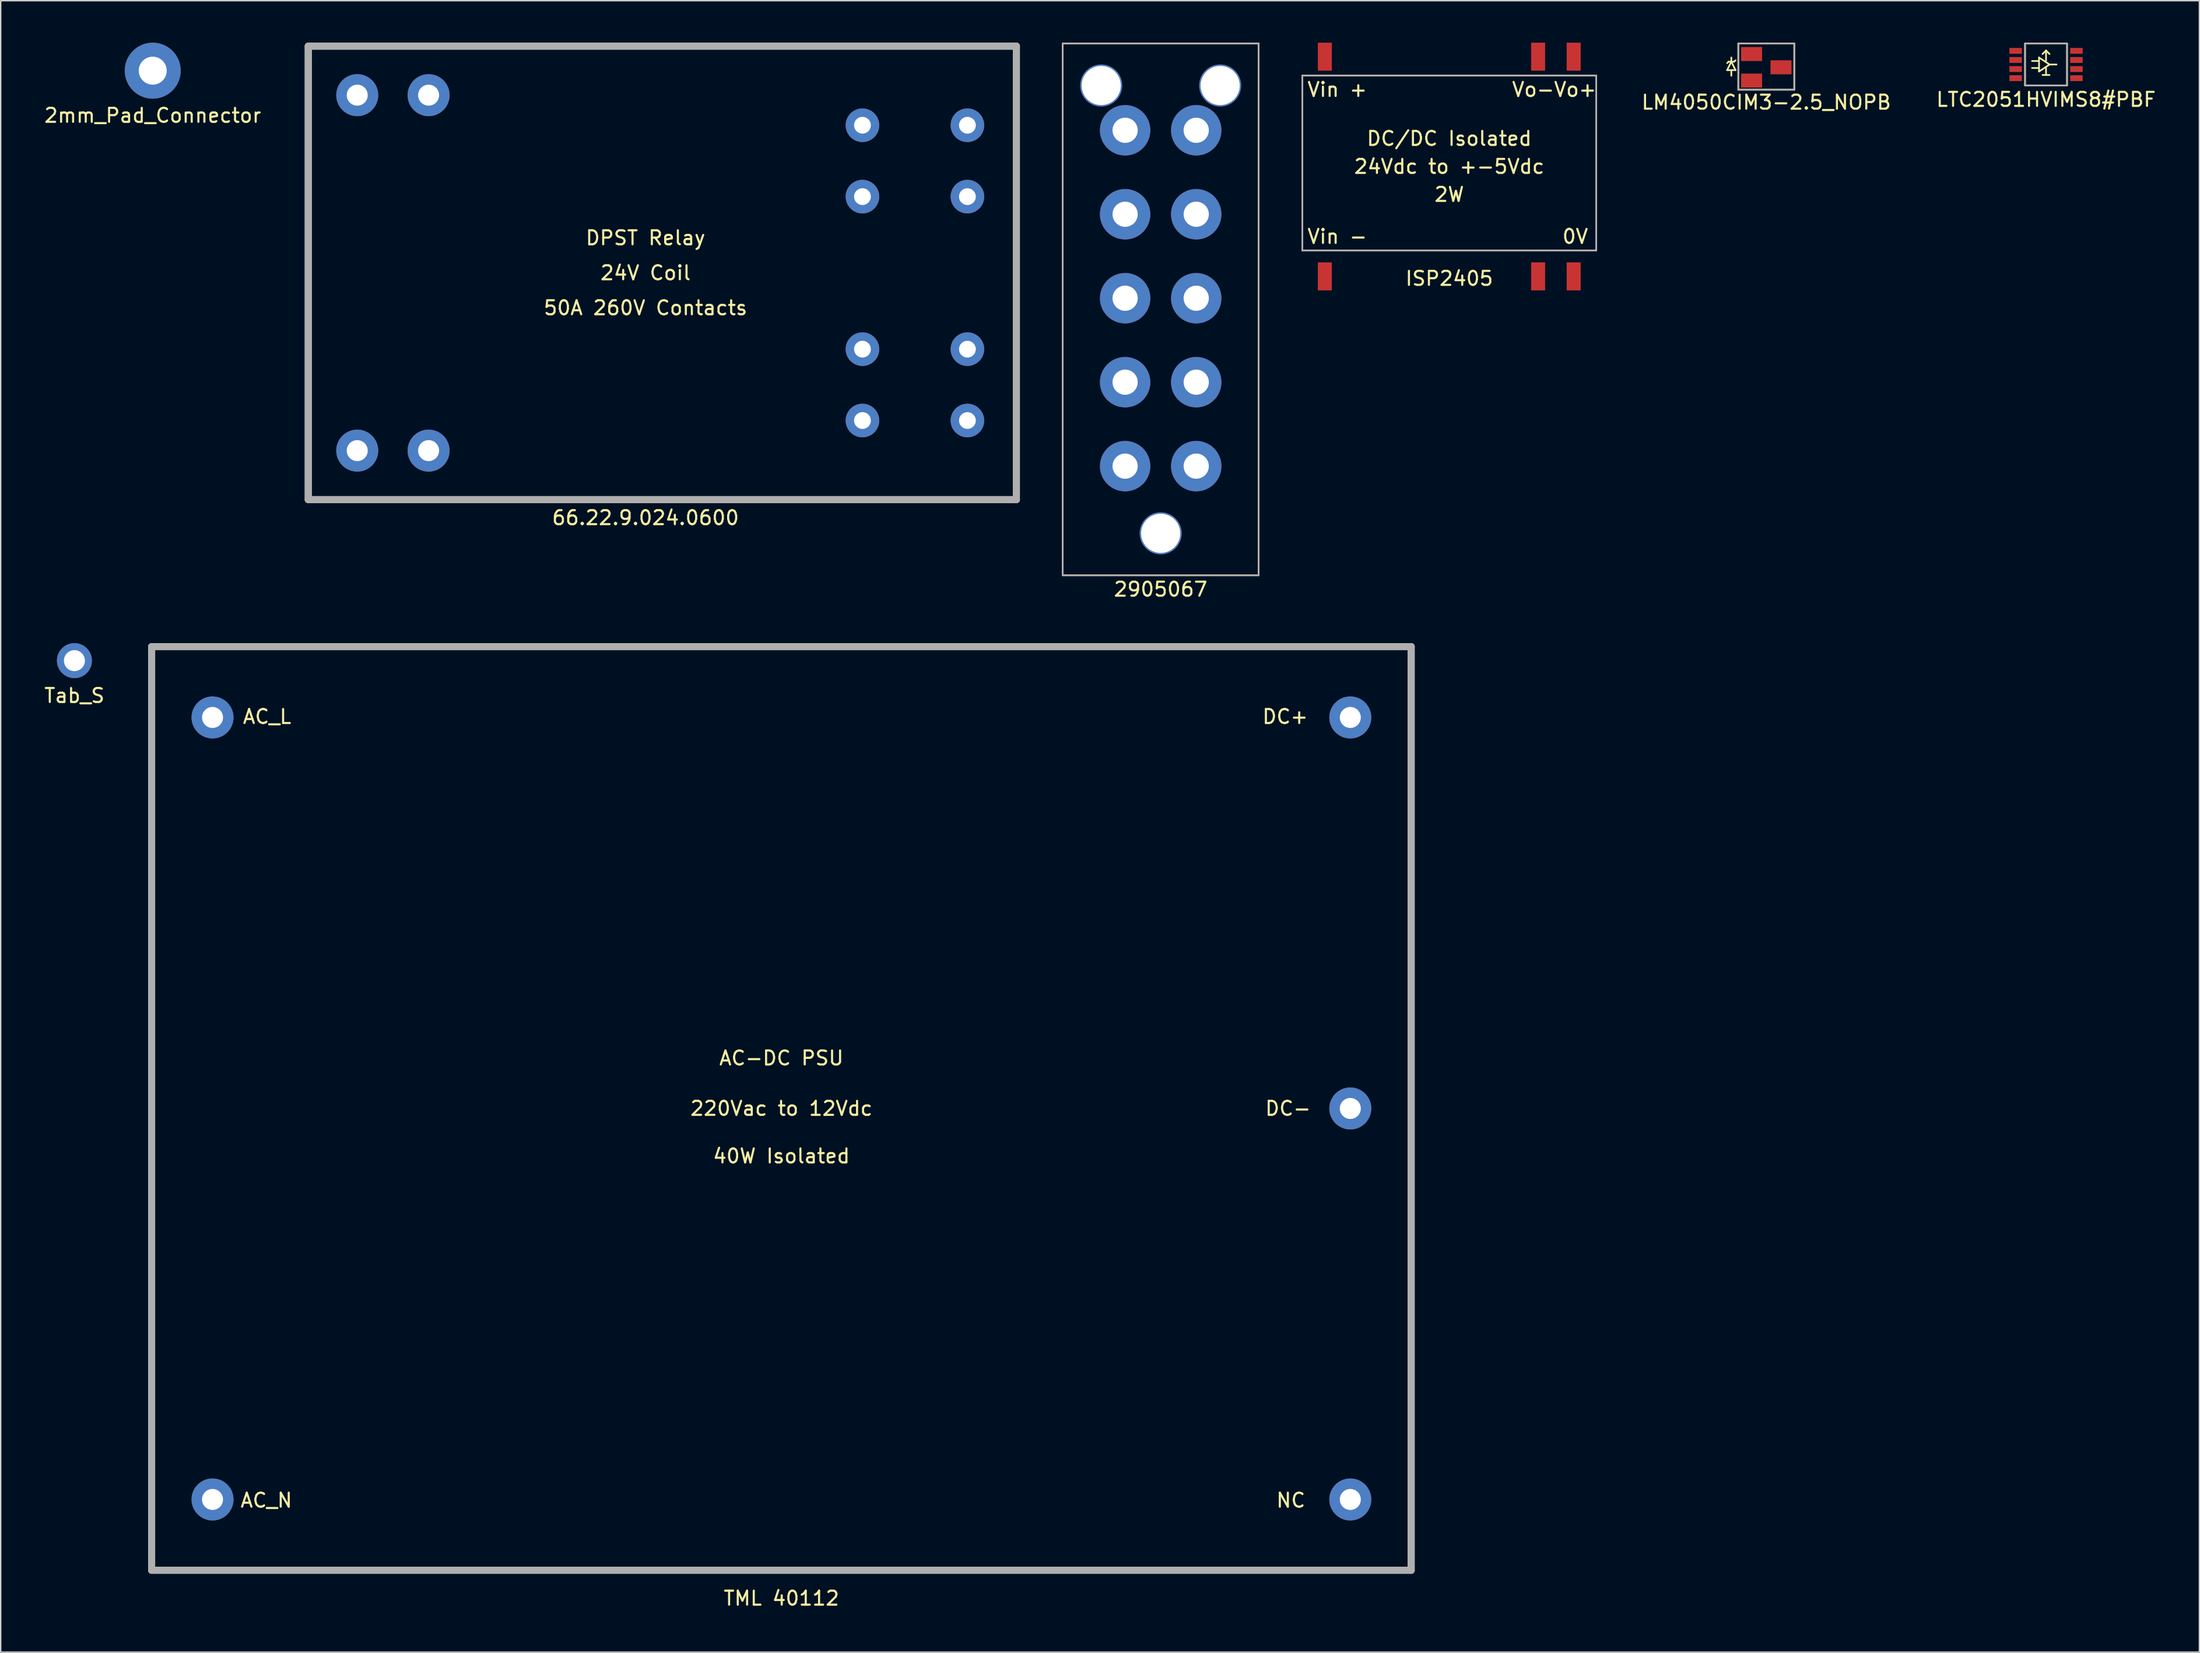
<source format=kicad_pcb>
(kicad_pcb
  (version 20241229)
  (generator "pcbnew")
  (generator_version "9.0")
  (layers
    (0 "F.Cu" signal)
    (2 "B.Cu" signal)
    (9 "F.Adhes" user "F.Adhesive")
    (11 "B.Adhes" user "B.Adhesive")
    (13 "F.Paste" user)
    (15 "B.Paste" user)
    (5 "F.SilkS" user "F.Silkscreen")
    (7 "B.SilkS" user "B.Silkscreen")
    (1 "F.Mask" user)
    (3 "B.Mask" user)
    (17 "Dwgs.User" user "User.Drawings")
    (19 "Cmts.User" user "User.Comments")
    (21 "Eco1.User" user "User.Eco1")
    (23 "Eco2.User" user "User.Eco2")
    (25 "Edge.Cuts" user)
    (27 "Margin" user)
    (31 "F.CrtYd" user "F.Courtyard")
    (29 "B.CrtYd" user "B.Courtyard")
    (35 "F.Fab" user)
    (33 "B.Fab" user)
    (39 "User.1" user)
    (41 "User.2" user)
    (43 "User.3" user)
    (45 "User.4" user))
  (footprint "2905067"
    (layer "F.Cu")
    (at 79.886 19.06)
    (property "Reference" "2905067" (at 0 20 0) (layer "F.SilkS") (effects (font (size 1 1) (thickness 0.15))))
    (attr through_hole)
    (fp_line (start -7 -19) (end 7 -19) (stroke (width 0.12) (type solid)) (layer "F.SilkS"))
    (fp_line (start -7 19) (end -7 -19) (stroke (width 0.12) (type solid)) (layer "F.SilkS"))
    (fp_line (start 7 -19) (end 7 19) (stroke (width 0.12) (type solid)) (layer "F.SilkS"))
    (fp_line (start 7 19) (end -7 19) (stroke (width 0.12) (type solid)) (layer "F.SilkS"))
    (fp_line (start -7 -19) (end 7 -19) (stroke (width 0.12) (type solid)) (layer "F.Fab"))
    (fp_line (start -7 19) (end -7 -19) (stroke (width 0.12) (type solid)) (layer "F.Fab"))
    (fp_line (start 7 -19) (end 7 19) (stroke (width 0.12) (type solid)) (layer "F.Fab"))
    (fp_line (start 7 19) (end -7 19) (stroke (width 0.12) (type solid)) (layer "F.Fab"))
    (pad "" thru_hole circle (at -4.25 -16) (size 3 3) (drill 2.8) (layers "*.Cu" "*.Mask"))
    (pad "" thru_hole circle (at 0 16) (size 3 3) (drill 2.8) (layers "*.Cu" "*.Mask"))
    (pad "" thru_hole circle (at 4.25 -16) (size 3 3) (drill 2.8) (layers "*.Cu" "*.Mask"))
    (pad "1" thru_hole circle (at -2.54 11.2) (size 3.6 3.6) (drill 1.8) (layers "*.Cu" "*.Mask"))
    (pad "1" thru_hole circle (at 2.54 11.2) (size 3.6 3.6) (drill 1.8) (layers "*.Cu" "*.Mask"))
    (pad "2" thru_hole circle (at -2.54 5.2) (size 3.6 3.6) (drill 1.8) (layers "*.Cu" "*.Mask"))
    (pad "2" thru_hole circle (at 2.54 5.2) (size 3.6 3.6) (drill 1.8) (layers "*.Cu" "*.Mask"))
    (pad "3" thru_hole circle (at -2.54 -0.8) (size 3.6 3.6) (drill 1.8) (layers "*.Cu" "*.Mask"))
    (pad "3" thru_hole circle (at 2.54 -0.8) (size 3.6 3.6) (drill 1.8) (layers "*.Cu" "*.Mask"))
    (pad "4" thru_hole circle (at -2.54 -6.8) (size 3.6 3.6) (drill 1.8) (layers "*.Cu" "*.Mask"))
    (pad "4" thru_hole circle (at 2.54 -6.8) (size 3.6 3.6) (drill 1.8) (layers "*.Cu" "*.Mask"))
    (pad "5" thru_hole circle (at -2.54 -12.8) (size 3.6 3.6) (drill 1.8) (layers "*.Cu" "*.Mask"))
    (pad "5" thru_hole circle (at 2.54 -12.8) (size 3.6 3.6) (drill 1.8) (layers "*.Cu" "*.Mask")))
  (footprint "66.22.9.024.0600"
    (layer "F.Cu")
    (at 43.076 16.45)
    (property "Reference" "66.22.9.024.0600" (at 0 17.5 0) (layer "F.SilkS") (effects (font (size 1 1) (thickness 0.15))))
    (attr through_hole)
    (fp_line (start -24.1 -16.2) (end -24.1 16.2) (stroke (width 0.5) (type solid)) (layer "F.SilkS"))
    (fp_line (start -24.1 -16.2) (end 26.5 -16.2) (stroke (width 0.5) (type solid)) (layer "F.SilkS"))
    (fp_line (start 26.5 -16.2) (end 26.5 16.2) (stroke (width 0.5) (type solid)) (layer "F.SilkS"))
    (fp_line (start 26.5 16.2) (end -24.1 16.2) (stroke (width 0.5) (type solid)) (layer "F.SilkS"))
    (fp_line (start -24.1 -16.2) (end -24.1 16.2) (stroke (width 0.5) (type solid)) (layer "F.Fab"))
    (fp_line (start -24.1 -16.2) (end 26.5 -16.2) (stroke (width 0.5) (type solid)) (layer "F.Fab"))
    (fp_line (start 26.5 -16.2) (end 26.5 16.2) (stroke (width 0.5) (type solid)) (layer "F.Fab"))
    (fp_line (start 26.5 16.2) (end -24.1 16.2) (stroke (width 0.5) (type solid)) (layer "F.Fab"))
    (fp_text user "50A 260V Contacts" (at 0 2.5 0) (layer "F.SilkS") (effects (font (size 1 1) (thickness 0.15))))
    (fp_text user "24V Coil" (at 0 0 0) (layer "F.SilkS") (effects (font (size 1 1) (thickness 0.15))))
    (fp_text user "DPST Relay" (at 0 -2.5 0) (layer "F.SilkS") (effects (font (size 1 1) (thickness 0.15))))
    (pad "1" thru_hole circle (at -20.6 -12.7) (size 3 3) (drill 1.5) (layers "*.Cu" "*.Mask"))
    (pad "1" thru_hole circle (at -15.5 -12.7) (size 3 3) (drill 1.5) (layers "*.Cu" "*.Mask"))
    (pad "2" thru_hole circle (at -20.6 12.7) (size 3 3) (drill 1.5) (layers "*.Cu" "*.Mask"))
    (pad "2" thru_hole circle (at -15.5 12.7) (size 3 3) (drill 1.5) (layers "*.Cu" "*.Mask"))
    (pad "3" thru_hole circle (at 15.5 5.45) (size 2.4 2.4) (drill 1.2) (layers "*.Cu" "*.Mask"))
    (pad "3" thru_hole circle (at 15.5 10.55) (size 2.4 2.4) (drill 1.2) (layers "*.Cu" "*.Mask"))
    (pad "4" thru_hole circle (at 23 5.45) (size 2.4 2.4) (drill 1.2) (layers "*.Cu" "*.Mask"))
    (pad "4" thru_hole circle (at 23 10.55) (size 2.4 2.4) (drill 1.2) (layers "*.Cu" "*.Mask"))
    (pad "5" thru_hole circle (at 15.5 -10.55) (size 2.4 2.4) (drill 1.2) (layers "*.Cu" "*.Mask"))
    (pad "5" thru_hole circle (at 15.5 -5.45) (size 2.4 2.4) (drill 1.2) (layers "*.Cu" "*.Mask"))
    (pad "6" thru_hole circle (at 23 -10.55) (size 2.4 2.4) (drill 1.2) (layers "*.Cu" "*.Mask"))
    (pad "6" thru_hole circle (at 23 -5.45) (size 2.4 2.4) (drill 1.2) (layers "*.Cu" "*.Mask")))
  (footprint "LTC2051HVIMS8#PBF"
    (layer "F.Cu")
    (at 143.149 1.56)
    (property "Reference" "LTC2051HVIMS8#PBF" (at 0 2.5 0) (layer "F.SilkS") (effects (font (size 1 1) (thickness 0.15))))
    (attr through_hole)
    (fp_line (start -1.5 -1.5) (end 1.5 -1.5) (stroke (width 0.12) (type solid)) (layer "F.SilkS"))
    (fp_line (start -1.5 1.5) (end -1.5 -1.5) (stroke (width 0.12) (type solid)) (layer "F.SilkS"))
    (fp_line (start -1 -0.25) (end -0.5 -0.25) (stroke (width 0.12) (type solid)) (layer "F.SilkS"))
    (fp_line (start -1 0.25) (end -0.5 0.25) (stroke (width 0.12) (type solid)) (layer "F.SilkS"))
    (fp_line (start -0.5 -0.5) (end -0.5 0.5) (stroke (width 0.12) (type solid)) (layer "F.SilkS"))
    (fp_line (start -0.5 0.5) (end 0.25 0) (stroke (width 0.12) (type solid)) (layer "F.SilkS"))
    (fp_line (start -0.25 0.75) (end 0.25 0.75) (stroke (width 0.12) (type solid)) (layer "F.SilkS"))
    (fp_line (start 0 -1) (end -0.25 -0.75) (stroke (width 0.12) (type solid)) (layer "F.SilkS"))
    (fp_line (start 0 -1) (end 0.25 -0.75) (stroke (width 0.12) (type solid)) (layer "F.SilkS"))
    (fp_line (start 0 -0.25) (end 0 -1) (stroke (width 0.12) (type solid)) (layer "F.SilkS"))
    (fp_line (start 0 0.25) (end 0 0.75) (stroke (width 0.12) (type solid)) (layer "F.SilkS"))
    (fp_line (start 0.25 0) (end -0.5 -0.5) (stroke (width 0.12) (type solid)) (layer "F.SilkS"))
    (fp_line (start 0.25 0) (end 0.75 0) (stroke (width 0.12) (type solid)) (layer "F.SilkS"))
    (fp_line (start 1.5 -1.5) (end 1.5 1.5) (stroke (width 0.12) (type solid)) (layer "F.SilkS"))
    (fp_line (start 1.5 1.5) (end -1.5 1.5) (stroke (width 0.12) (type solid)) (layer "F.SilkS"))
    (fp_line (start -1.5 -1.5) (end 1.5 -1.5) (stroke (width 0.12) (type solid)) (layer "F.Fab"))
    (fp_line (start -1.5 1.5) (end -1.5 -1.5) (stroke (width 0.12) (type solid)) (layer "F.Fab"))
    (fp_line (start 1.5 -1.5) (end 1.5 1.5) (stroke (width 0.12) (type solid)) (layer "F.Fab"))
    (fp_line (start 1.5 1.5) (end -1.5 1.5) (stroke (width 0.12) (type solid)) (layer "F.Fab"))
    (pad "1" smd rect (at -2.171 -0.975 270) (size 0.42 0.889) (layers "F.Cu" "F.Mask"))
    (pad "2" smd rect (at -2.171 -0.325 270) (size 0.42 0.889) (layers "F.Cu" "F.Mask"))
    (pad "3" smd rect (at -2.171 0.325 270) (size 0.42 0.889) (layers "F.Cu" "F.Mask"))
    (pad "4" smd rect (at -2.171 0.975 270) (size 0.42 0.889) (layers "F.Cu" "F.Mask"))
    (pad "5" smd rect (at 2.171 0.975 270) (size 0.42 0.889) (layers "F.Cu" "F.Mask"))
    (pad "6" smd rect (at 2.171 0.325 270) (size 0.42 0.889) (layers "F.Cu" "F.Mask"))
    (pad "7" smd rect (at 2.171 -0.325 270) (size 0.42 0.889) (layers "F.Cu" "F.Mask"))
    (pad "8" smd rect (at 2.171 -0.975 270) (size 0.42 0.889) (layers "F.Cu" "F.Mask")))
  (footprint "LM4050CIM3-2.5_NOPB"
    (layer "F.Cu")
    (at 123.161 1.76)
    (property "Reference" "LM4050CIM3-2.5_NOPB" (at 0 2.5 0) (layer "F.SilkS") (effects (font (size 1 1) (thickness 0.15))))
    (attr through_hole)
    (fp_line (start -2.8 0.2) (end -2.5 -0.4) (stroke (width 0.12) (type solid)) (layer "F.SilkS"))
    (fp_line (start -2.7 -0.4) (end -2.8 -0.3) (stroke (width 0.12) (type solid)) (layer "F.SilkS"))
    (fp_line (start -2.7 0.2) (end -2.8 0.2) (stroke (width 0.12) (type solid)) (layer "F.SilkS"))
    (fp_line (start -2.5 -0.4) (end -2.7 -0.4) (stroke (width 0.12) (type solid)) (layer "F.SilkS"))
    (fp_line (start -2.5 -0.4) (end -2.5 -0.7) (stroke (width 0.12) (type solid)) (layer "F.SilkS"))
    (fp_line (start -2.5 -0.4) (end -2.3 -0.4) (stroke (width 0.12) (type solid)) (layer "F.SilkS"))
    (fp_line (start -2.5 -0.4) (end -2.2 0.2) (stroke (width 0.12) (type solid)) (layer "F.SilkS"))
    (fp_line (start -2.5 0.2) (end -2.5 0.6) (stroke (width 0.12) (type solid)) (layer "F.SilkS"))
    (fp_line (start -2.3 -0.4) (end -2.2 -0.5) (stroke (width 0.12) (type solid)) (layer "F.SilkS"))
    (fp_line (start -2.2 0.2) (end -2.7 0.2) (stroke (width 0.12) (type solid)) (layer "F.SilkS"))
    (fp_line (start -2 -1.7) (end 2 -1.7) (stroke (width 0.12) (type solid)) (layer "F.SilkS"))
    (fp_line (start -2 1.6) (end -2 -1.7) (stroke (width 0.12) (type solid)) (layer "F.SilkS"))
    (fp_line (start 2 -1.7) (end 2 1.6) (stroke (width 0.12) (type solid)) (layer "F.SilkS"))
    (fp_line (start 2 1.6) (end -2 1.6) (stroke (width 0.12) (type solid)) (layer "F.SilkS"))
    (fp_line (start -2 -1.7) (end 2 -1.7) (stroke (width 0.12) (type solid)) (layer "F.Fab"))
    (fp_line (start -2 1.6) (end -2 -1.7) (stroke (width 0.12) (type solid)) (layer "F.Fab"))
    (fp_line (start 2 -1.7) (end 2 1.6) (stroke (width 0.12) (type solid)) (layer "F.Fab"))
    (fp_line (start 2 1.6) (end -2 1.6) (stroke (width 0.12) (type solid)) (layer "F.Fab"))
    (pad "" smd rect (at 1.05 0 180) (size 1.5 1) (layers "F.Cu" "F.Mask"))
    (pad "1" smd rect (at -1.05 -0.95 180) (size 1.5 1) (layers "F.Cu" "F.Mask"))
    (pad "2" smd rect (at -1.05 0.95 180) (size 1.5 1) (layers "F.Cu" "F.Mask")))
  (footprint "2mm_Pad_Connector"
    (layer "F.Cu")
    (at 7.863 2)
    (property "Reference" "2mm_Pad_Connector" (at 0 3.2 0) (layer "F.SilkS") (effects (font (size 1 1) (thickness 0.15))))
    (attr through_hole)
    (pad "1" thru_hole circle (at 0 0) (size 4 4) (drill 2) (layers "*.Cu" "*.Mask")))
  (footprint "Tab_S"
    (layer "F.Cu")
    (at 2.268 44.158)
    (property "Reference" "Tab_S" (at 0 2.5 0) (layer "F.SilkS") (effects (font (size 1 1) (thickness 0.15))))
    (attr through_hole)
    (pad "1" thru_hole circle (at 0 0) (size 2.5 2.5) (drill 1.5) (layers "*.Cu" "*.Mask")))
  (footprint "TML 40112"
    (layer "F.Cu")
    (at 52.786 76.158)
    (property "Reference" "TML 40112" (at 0 35 0) (layer "F.SilkS") (effects (font (size 1 1) (thickness 0.15))))
    (attr through_hole)
    (fp_line (start -45 -33) (end -45 33) (stroke (width 0.5) (type solid)) (layer "F.SilkS"))
    (fp_line (start -45 33) (end 45 33) (stroke (width 0.5) (type solid)) (layer "F.SilkS"))
    (fp_line (start 45 -33) (end -45 -33) (stroke (width 0.5) (type solid)) (layer "F.SilkS"))
    (fp_line (start 45 33) (end 45 -33) (stroke (width 0.5) (type solid)) (layer "F.SilkS"))
    (fp_line (start -45 -33) (end -45 33) (stroke (width 0.5) (type solid)) (layer "F.Fab"))
    (fp_line (start -45 33) (end 45 33) (stroke (width 0.5) (type solid)) (layer "F.Fab"))
    (fp_line (start 45 -33) (end -45 -33) (stroke (width 0.5) (type solid)) (layer "F.Fab"))
    (fp_line (start 45 33) (end 45 -33) (stroke (width 0.5) (type solid)) (layer "F.Fab"))
    (fp_text user "DC+" (at 36 -28 0) (layer "F.SilkS") (effects (font (size 1 1) (thickness 0.15))))
    (fp_text user "AC_N" (at -36.8 28 0) (layer "F.SilkS") (effects (font (size 1 1) (thickness 0.15))))
    (fp_text user "NC" (at 36.4 28 0) (layer "F.SilkS") (effects (font (size 1 1) (thickness 0.15))))
    (fp_text user "AC_L" (at -36.75 -28 0) (layer "F.SilkS") (effects (font (size 1 1) (thickness 0.15))))
    (fp_text user "AC-DC PSU" (at 0 -3.6 0) (layer "F.SilkS") (effects (font (size 1 1) (thickness 0.15))))
    (fp_text user "220Vac to 12Vdc" (at 0 0 0) (layer "F.SilkS") (effects (font (size 1 1) (thickness 0.15))))
    (fp_text user "40W Isolated" (at 0 3.4 0) (layer "F.SilkS") (effects (font (size 1 1) (thickness 0.15))))
    (fp_text user "DC-" (at 36.2 0 0) (layer "F.SilkS") (effects (font (size 1 1) (thickness 0.15))))
    (pad "" thru_hole circle (at 40.65 27.94) (size 3 3) (drill 1.5) (layers "*.Cu" "*.Mask"))
    (pad "1" thru_hole circle (at -40.65 -27.94) (size 3 3) (drill 1.5) (layers "*.Cu" "*.Mask"))
    (pad "2" thru_hole circle (at -40.65 27.94) (size 3 3) (drill 1.5) (layers "*.Cu" "*.Mask"))
    (pad "3" thru_hole circle (at 40.65 0) (size 3 3) (drill 1.5) (layers "*.Cu" "*.Mask"))
    (pad "4" thru_hole circle (at 40.65 -27.94) (size 3 3) (drill 1.5) (layers "*.Cu" "*.Mask")))
  (footprint "ISP2405"
    (layer "F.Cu")
    (at 100.506 8.85)
    (property "Reference" "ISP2405" (at 0 8 0) (layer "F.SilkS") (effects (font (size 1 1) (thickness 0.15))))
    (attr through_hole)
    (fp_line (start -10.5 -6.5) (end 10.5 -6.5) (stroke (width 0.12) (type solid)) (layer "F.SilkS"))
    (fp_line (start -10.5 6) (end -10.5 -6.5) (stroke (width 0.12) (type solid)) (layer "F.SilkS"))
    (fp_line (start 10.5 -6.5) (end 10.5 6) (stroke (width 0.12) (type solid)) (layer "F.SilkS"))
    (fp_line (start 10.5 6) (end -10.5 6) (stroke (width 0.12) (type solid)) (layer "F.SilkS"))
    (fp_line (start -10.5 -6.5) (end -10.5 6) (stroke (width 0.12) (type solid)) (layer "F.Fab"))
    (fp_line (start -10.5 6) (end 10.5 6) (stroke (width 0.12) (type solid)) (layer "F.Fab"))
    (fp_line (start 10.5 -6.5) (end -10.5 -6.5) (stroke (width 0.12) (type solid)) (layer "F.Fab"))
    (fp_line (start 10.5 6) (end 10.5 -6.5) (stroke (width 0.12) (type solid)) (layer "F.Fab"))
    (fp_text user "DC/DC Isolated" (at 0 -2 0) (layer "F.SilkS") (effects (font (size 1 1) (thickness 0.15))))
    (fp_text user "Vin +" (at -8 -5.5 0) (layer "F.SilkS") (effects (font (size 1 1) (thickness 0.15))))
    (fp_text user "2W" (at 0 2 0) (layer "F.SilkS") (effects (font (size 1 1) (thickness 0.15))))
    (fp_text user "Vo+" (at 9 -5.5 0) (layer "F.SilkS") (effects (font (size 1 1) (thickness 0.15))))
    (fp_text user "0V" (at 9 5 0) (layer "F.SilkS") (effects (font (size 1 1) (thickness 0.15))))
    (fp_text user "Vin -" (at -8 5 0) (layer "F.SilkS") (effects (font (size 1 1) (thickness 0.15))))
    (fp_text user "Vo-" (at 6 -5.5 0) (layer "F.SilkS") (effects (font (size 1 1) (thickness 0.15))))
    (fp_text user "24Vdc to +-5Vdc" (at 0 0 0) (layer "F.SilkS") (effects (font (size 1 1) (thickness 0.15))))
    (pad "" smd rect (at 6.35 7.85 90) (size 2 1) (layers "F.Cu" "F.Mask"))
    (pad "1" smd rect (at -8.89 -7.85 90) (size 2 1) (layers "F.Cu" "F.Mask"))
    (pad "2" smd rect (at -8.89 7.85 90) (size 2 1) (layers "F.Cu" "F.Mask"))
    (pad "3" smd rect (at 6.35 -7.85 90) (size 2 1) (layers "F.Cu" "F.Mask"))
    (pad "4" smd rect (at 8.89 7.85 90) (size 2 1) (layers "F.Cu" "F.Mask"))
    (pad "5" smd rect (at 8.89 -7.85 90) (size 2 1) (layers "F.Cu" "F.Mask")))
  (gr_rect
    (start -3 -3)
    (end 154.107 115.007)
    (stroke (width 0.1) (type default))
    (fill no)
    (layer "Edge.Cuts")))
</source>
